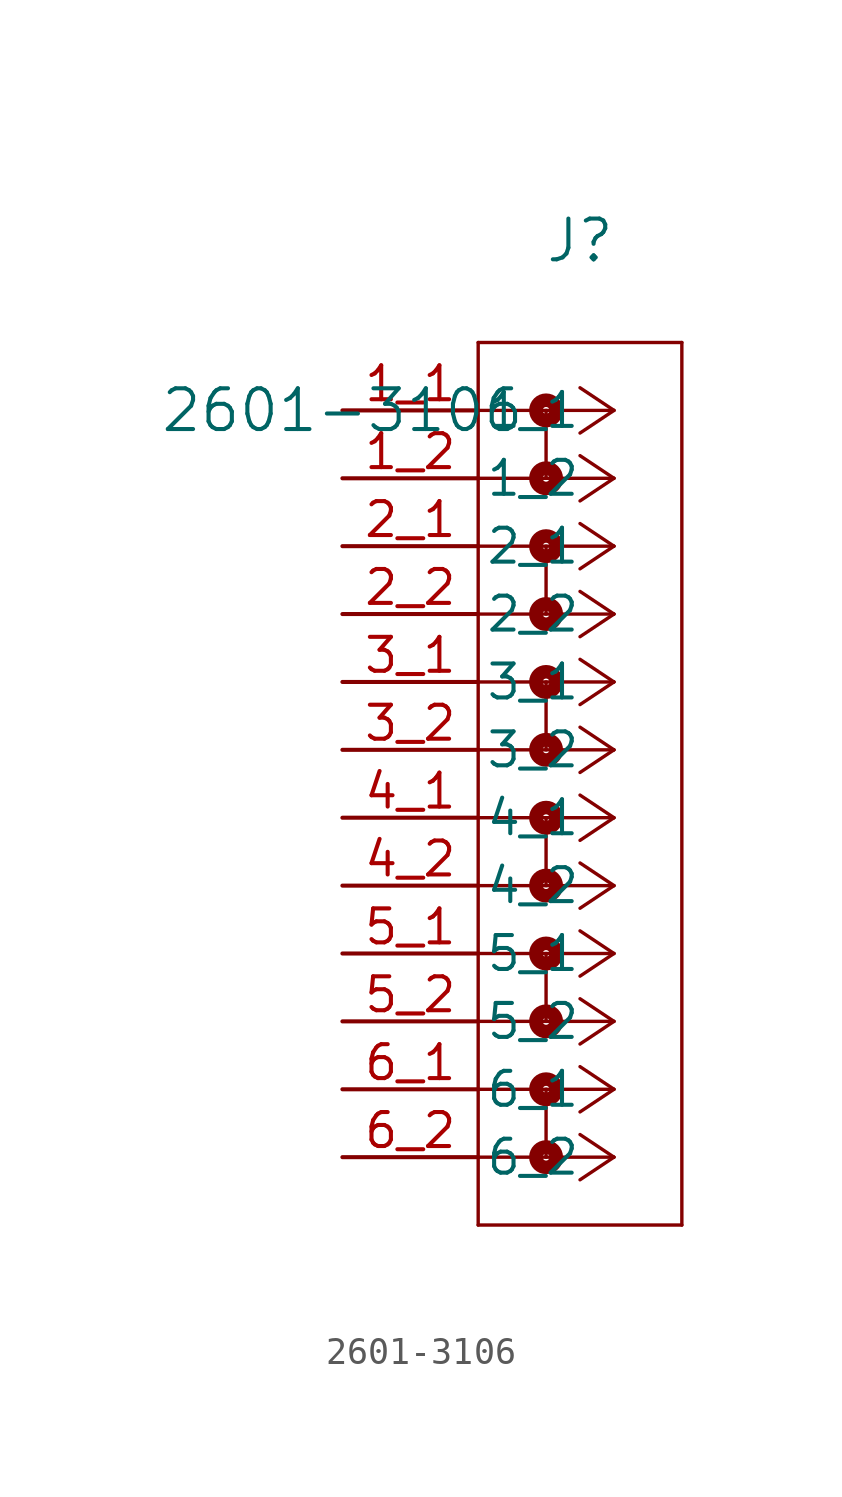
<source format=kicad_sym>
(kicad_symbol_lib
  (version 20211014)
  (generator kicad_symbol_editor)
  (symbol "2601-3106"
    (pin_names
      (offset 0.254))
    (property "Reference" "J"
      (at 8.89 6.35 0)
      (effects (font (size 1.524 1.524))))
    (property "Value" "2601-3106"
      (at 0 0 0)
      (effects (font (size 1.524 1.524))))
    (polyline
      (pts (xy 10.16 0) (xy 5.08 0))
      (stroke (width 0.127) (type default) (color 0 0 0 0))
      (fill (type none)))
    (polyline
      (pts (xy 10.16 -2.54) (xy 5.08 -2.54))
      (stroke (width 0.127) (type default) (color 0 0 0 0))
      (fill (type none)))
    (polyline
      (pts (xy 10.16 -5.08) (xy 5.08 -5.08))
      (stroke (width 0.127) (type default) (color 0 0 0 0))
      (fill (type none)))
    (polyline
      (pts (xy 10.16 -7.62) (xy 5.08 -7.62))
      (stroke (width 0.127) (type default) (color 0 0 0 0))
      (fill (type none)))
    (polyline
      (pts (xy 10.16 -10.16) (xy 5.08 -10.16))
      (stroke (width 0.127) (type default) (color 0 0 0 0))
      (fill (type none)))
    (polyline
      (pts (xy 10.16 -12.7) (xy 5.08 -12.7))
      (stroke (width 0.127) (type default) (color 0 0 0 0))
      (fill (type none)))
    (polyline
      (pts (xy 10.16 -15.24) (xy 5.08 -15.24))
      (stroke (width 0.127) (type default) (color 0 0 0 0))
      (fill (type none)))
    (polyline
      (pts (xy 10.16 -17.78) (xy 5.08 -17.78))
      (stroke (width 0.127) (type default) (color 0 0 0 0))
      (fill (type none)))
    (polyline
      (pts (xy 10.16 -20.32) (xy 5.08 -20.32))
      (stroke (width 0.127) (type default) (color 0 0 0 0))
      (fill (type none)))
    (polyline
      (pts (xy 10.16 -22.86) (xy 5.08 -22.86))
      (stroke (width 0.127) (type default) (color 0 0 0 0))
      (fill (type none)))
    (polyline
      (pts (xy 10.16 -25.4) (xy 5.08 -25.4))
      (stroke (width 0.127) (type default) (color 0 0 0 0))
      (fill (type none)))
    (polyline
      (pts (xy 10.16 -27.94) (xy 5.08 -27.94))
      (stroke (width 0.127) (type default) (color 0 0 0 0))
      (fill (type none)))
    (polyline
      (pts (xy 10.16 0) (xy 8.89 0.847))
      (stroke (width 0.127) (type default) (color 0 0 0 0))
      (fill (type none)))
    (polyline
      (pts (xy 10.16 -2.54) (xy 8.89 -1.693))
      (stroke (width 0.127) (type default) (color 0 0 0 0))
      (fill (type none)))
    (polyline
      (pts (xy 10.16 -5.08) (xy 8.89 -4.233))
      (stroke (width 0.127) (type default) (color 0 0 0 0))
      (fill (type none)))
    (polyline
      (pts (xy 10.16 -7.62) (xy 8.89 -6.773))
      (stroke (width 0.127) (type default) (color 0 0 0 0))
      (fill (type none)))
    (polyline
      (pts (xy 10.16 -10.16) (xy 8.89 -9.313))
      (stroke (width 0.127) (type default) (color 0 0 0 0))
      (fill (type none)))
    (polyline
      (pts (xy 10.16 -12.7) (xy 8.89 -11.853))
      (stroke (width 0.127) (type default) (color 0 0 0 0))
      (fill (type none)))
    (polyline
      (pts (xy 10.16 -15.24) (xy 8.89 -14.393))
      (stroke (width 0.127) (type default) (color 0 0 0 0))
      (fill (type none)))
    (polyline
      (pts (xy 10.16 -17.78) (xy 8.89 -16.933))
      (stroke (width 0.127) (type default) (color 0 0 0 0))
      (fill (type none)))
    (polyline
      (pts (xy 10.16 -20.32) (xy 8.89 -19.473))
      (stroke (width 0.127) (type default) (color 0 0 0 0))
      (fill (type none)))
    (polyline
      (pts (xy 10.16 -22.86) (xy 8.89 -22.013))
      (stroke (width 0.127) (type default) (color 0 0 0 0))
      (fill (type none)))
    (polyline
      (pts (xy 10.16 -25.4) (xy 8.89 -24.553))
      (stroke (width 0.127) (type default) (color 0 0 0 0))
      (fill (type none)))
    (polyline
      (pts (xy 10.16 -27.94) (xy 8.89 -27.093))
      (stroke (width 0.127) (type default) (color 0 0 0 0))
      (fill (type none)))
    (polyline
      (pts (xy 10.16 0) (xy 8.89 -0.847))
      (stroke (width 0.127) (type default) (color 0 0 0 0))
      (fill (type none)))
    (polyline
      (pts (xy 10.16 -2.54) (xy 8.89 -3.387))
      (stroke (width 0.127) (type default) (color 0 0 0 0))
      (fill (type none)))
    (polyline
      (pts (xy 10.16 -5.08) (xy 8.89 -5.927))
      (stroke (width 0.127) (type default) (color 0 0 0 0))
      (fill (type none)))
    (polyline
      (pts (xy 10.16 -7.62) (xy 8.89 -8.467))
      (stroke (width 0.127) (type default) (color 0 0 0 0))
      (fill (type none)))
    (polyline
      (pts (xy 10.16 -10.16) (xy 8.89 -11.007))
      (stroke (width 0.127) (type default) (color 0 0 0 0))
      (fill (type none)))
    (polyline
      (pts (xy 10.16 -12.7) (xy 8.89 -13.547))
      (stroke (width 0.127) (type default) (color 0 0 0 0))
      (fill (type none)))
    (polyline
      (pts (xy 10.16 -15.24) (xy 8.89 -16.087))
      (stroke (width 0.127) (type default) (color 0 0 0 0))
      (fill (type none)))
    (polyline
      (pts (xy 10.16 -17.78) (xy 8.89 -18.627))
      (stroke (width 0.127) (type default) (color 0 0 0 0))
      (fill (type none)))
    (polyline
      (pts (xy 10.16 -20.32) (xy 8.89 -21.167))
      (stroke (width 0.127) (type default) (color 0 0 0 0))
      (fill (type none)))
    (polyline
      (pts (xy 10.16 -22.86) (xy 8.89 -23.707))
      (stroke (width 0.127) (type default) (color 0 0 0 0))
      (fill (type none)))
    (polyline
      (pts (xy 10.16 -25.4) (xy 8.89 -26.247))
      (stroke (width 0.127) (type default) (color 0 0 0 0))
      (fill (type none)))
    (polyline
      (pts (xy 10.16 -27.94) (xy 8.89 -28.787))
      (stroke (width 0.127) (type default) (color 0 0 0 0))
      (fill (type none)))
    (polyline
      (pts (xy 5.08 2.54) (xy 5.08 -30.48))
      (stroke (width 0.127) (type default) (color 0 0 0 0))
      (fill (type none)))
    (polyline
      (pts (xy 5.08 -30.48) (xy 12.7 -30.48))
      (stroke (width 0.127) (type default) (color 0 0 0 0))
      (fill (type none)))
    (polyline
      (pts (xy 12.7 -30.48) (xy 12.7 2.54))
      (stroke (width 0.127) (type default) (color 0 0 0 0))
      (fill (type none)))
    (polyline
      (pts (xy 12.7 2.54) (xy 5.08 2.54))
      (stroke (width 0.127) (type default) (color 0 0 0 0))
      (fill (type none)))
    (circle
      (center 7.62 0)
      (radius 0.127)
      (stroke (width 0.508) (type default) (color 0 0 0 0))
      (fill (type none)))
    (polyline
      (pts (xy 7.62 0) (xy 7.62 -2.54))
      (stroke (width 0.127) (type default) (color 0 0 0 0))
      (fill (type none)))
    (circle
      (center 7.62 -2.54)
      (radius 0.127)
      (stroke (width 0.508) (type default) (color 0 0 0 0))
      (fill (type none)))
    (circle
      (center 7.62 -5.08)
      (radius 0.127)
      (stroke (width 0.508) (type default) (color 0 0 0 0))
      (fill (type none)))
    (polyline
      (pts (xy 7.62 -5.08) (xy 7.62 -7.62))
      (stroke (width 0.127) (type default) (color 0 0 0 0))
      (fill (type none)))
    (circle
      (center 7.62 -7.62)
      (radius 0.127)
      (stroke (width 0.508) (type default) (color 0 0 0 0))
      (fill (type none)))
    (circle
      (center 7.62 -10.16)
      (radius 0.127)
      (stroke (width 0.508) (type default) (color 0 0 0 0))
      (fill (type none)))
    (polyline
      (pts (xy 7.62 -10.16) (xy 7.62 -12.7))
      (stroke (width 0.127) (type default) (color 0 0 0 0))
      (fill (type none)))
    (circle
      (center 7.62 -12.7)
      (radius 0.127)
      (stroke (width 0.508) (type default) (color 0 0 0 0))
      (fill (type none)))
    (circle
      (center 7.62 -15.24)
      (radius 0.127)
      (stroke (width 0.508) (type default) (color 0 0 0 0))
      (fill (type none)))
    (polyline
      (pts (xy 7.62 -15.24) (xy 7.62 -17.78))
      (stroke (width 0.127) (type default) (color 0 0 0 0))
      (fill (type none)))
    (circle
      (center 7.62 -17.78)
      (radius 0.127)
      (stroke (width 0.508) (type default) (color 0 0 0 0))
      (fill (type none)))
    (circle
      (center 7.62 -20.32)
      (radius 0.127)
      (stroke (width 0.508) (type default) (color 0 0 0 0))
      (fill (type none)))
    (polyline
      (pts (xy 7.62 -20.32) (xy 7.62 -22.86))
      (stroke (width 0.127) (type default) (color 0 0 0 0))
      (fill (type none)))
    (circle
      (center 7.62 -22.86)
      (radius 0.127)
      (stroke (width 0.508) (type default) (color 0 0 0 0))
      (fill (type none)))
    (circle
      (center 7.62 -25.4)
      (radius 0.127)
      (stroke (width 0.508) (type default) (color 0 0 0 0))
      (fill (type none)))
    (polyline
      (pts (xy 7.62 -25.4) (xy 7.62 -27.94))
      (stroke (width 0.127) (type default) (color 0 0 0 0))
      (fill (type none)))
    (circle
      (center 7.62 -27.94)
      (radius 0.127)
      (stroke (width 0.508) (type default) (color 0 0 0 0))
      (fill (type none)))
    (pin unspecified line
      (at 0 0 0)
      (length 5.08)
      (name "1_1" (effects (font (size 1.27 1.27))))
      (number "1_1" (effects (font (size 1.27 1.27)))))
    (pin unspecified line
      (at 0 -2.54 0)
      (length 5.08)
      (name "1_2" (effects (font (size 1.27 1.27))))
      (number "1_2" (effects (font (size 1.27 1.27)))))
    (pin unspecified line
      (at 0 -5.08 0)
      (length 5.08)
      (name "2_1" (effects (font (size 1.27 1.27))))
      (number "2_1" (effects (font (size 1.27 1.27)))))
    (pin unspecified line
      (at 0 -7.62 0)
      (length 5.08)
      (name "2_2" (effects (font (size 1.27 1.27))))
      (number "2_2" (effects (font (size 1.27 1.27)))))
    (pin unspecified line
      (at 0 -10.16 0)
      (length 5.08)
      (name "3_1" (effects (font (size 1.27 1.27))))
      (number "3_1" (effects (font (size 1.27 1.27)))))
    (pin unspecified line
      (at 0 -12.7 0)
      (length 5.08)
      (name "3_2" (effects (font (size 1.27 1.27))))
      (number "3_2" (effects (font (size 1.27 1.27)))))
    (pin unspecified line
      (at 0 -15.24 0)
      (length 5.08)
      (name "4_1" (effects (font (size 1.27 1.27))))
      (number "4_1" (effects (font (size 1.27 1.27)))))
    (pin unspecified line
      (at 0 -17.78 0)
      (length 5.08)
      (name "4_2" (effects (font (size 1.27 1.27))))
      (number "4_2" (effects (font (size 1.27 1.27)))))
    (pin unspecified line
      (at 0 -20.32 0)
      (length 5.08)
      (name "5_1" (effects (font (size 1.27 1.27))))
      (number "5_1" (effects (font (size 1.27 1.27)))))
    (pin unspecified line
      (at 0 -22.86 0)
      (length 5.08)
      (name "5_2" (effects (font (size 1.27 1.27))))
      (number "5_2" (effects (font (size 1.27 1.27)))))
    (pin unspecified line
      (at 0 -25.4 0)
      (length 5.08)
      (name "6_1" (effects (font (size 1.27 1.27))))
      (number "6_1" (effects (font (size 1.27 1.27)))))
    (pin unspecified line
      (at 0 -27.94 0)
      (length 5.08)
      (name "6_2" (effects (font (size 1.27 1.27))))
      (number "6_2" (effects (font (size 1.27 1.27)))))))
</source>
